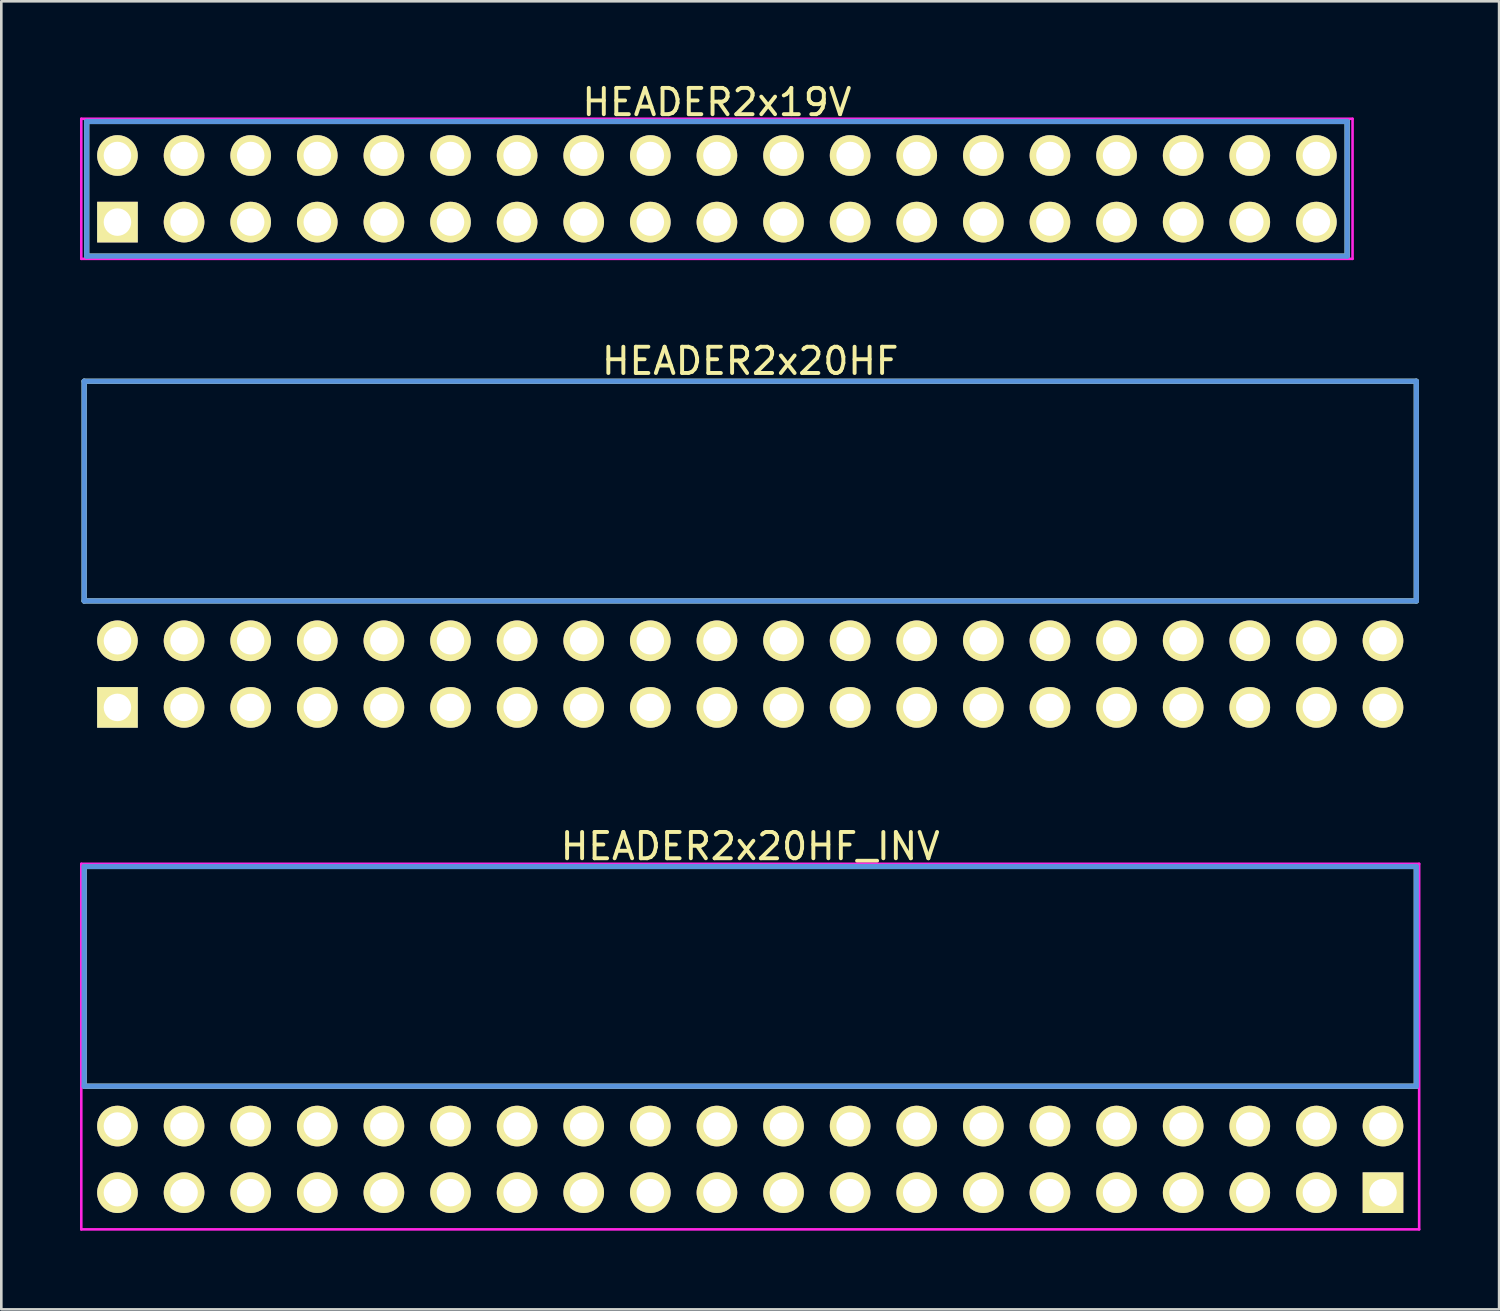
<source format=kicad_pcb>
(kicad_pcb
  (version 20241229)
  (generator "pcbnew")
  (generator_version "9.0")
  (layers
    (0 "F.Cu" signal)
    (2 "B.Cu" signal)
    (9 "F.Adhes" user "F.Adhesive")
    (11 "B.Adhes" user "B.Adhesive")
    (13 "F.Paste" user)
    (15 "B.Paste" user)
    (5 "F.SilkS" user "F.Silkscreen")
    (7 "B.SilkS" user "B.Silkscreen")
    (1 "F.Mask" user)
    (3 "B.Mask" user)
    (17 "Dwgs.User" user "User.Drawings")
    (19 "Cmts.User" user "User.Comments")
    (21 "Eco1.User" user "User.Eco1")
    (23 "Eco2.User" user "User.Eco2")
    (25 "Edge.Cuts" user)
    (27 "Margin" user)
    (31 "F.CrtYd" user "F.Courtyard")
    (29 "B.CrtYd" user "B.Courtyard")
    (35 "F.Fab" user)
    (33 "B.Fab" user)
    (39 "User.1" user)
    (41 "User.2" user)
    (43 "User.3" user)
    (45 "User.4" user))
  (footprint "HEADER2x20HF"
    (layer "F.Cu")
    (at 1.429 23.926)
    (property "Reference" "HEADER2x20HF" (at 24.13 -13.208 0) (layer "F.SilkS") (effects (font (size 1.001 1.001) (thickness 0.15))))
    (attr through_hole)
    (fp_line (start -1.27 -12.438) (end -1.27 -4.059) (stroke (width 0.198) (type solid)) (layer "F.SilkS"))
    (fp_line (start -1.27 -4.059) (end 49.53 -4.059) (stroke (width 0.198) (type solid)) (layer "F.SilkS"))
    (fp_line (start 49.53 -12.438) (end -1.27 -12.438) (stroke (width 0.198) (type solid)) (layer "F.SilkS"))
    (fp_line (start 49.53 -4.059) (end 49.53 -12.438) (stroke (width 0.198) (type solid)) (layer "F.SilkS"))
    (fp_line (start -1.27 -12.438) (end -1.27 -4.059) (stroke (width 0.198) (type solid)) (layer "Cmts.User"))
    (fp_line (start -1.27 -4.059) (end 49.53 -4.059) (stroke (width 0.198) (type solid)) (layer "Cmts.User"))
    (fp_line (start 49.53 -12.438) (end -1.27 -12.438) (stroke (width 0.198) (type solid)) (layer "Cmts.User"))
    (fp_line (start 49.53 -4.059) (end 49.53 -12.438) (stroke (width 0.198) (type solid)) (layer "Cmts.User"))
    (fp_line (start -1.379 -12.54) (end 49.639 -12.54) (stroke (width 0.099) (type solid)) (layer "Eco1.User"))
    (fp_line (start -1.379 1.4) (end -1.379 -12.54) (stroke (width 0.099) (type solid)) (layer "Eco1.User"))
    (fp_line (start 49.639 -12.54) (end 49.639 1.4) (stroke (width 0.099) (type solid)) (layer "Eco1.User"))
    (fp_line (start 49.639 1.4) (end -1.379 1.4) (stroke (width 0.099) (type solid)) (layer "Eco1.User"))
    (pad "1" thru_hole rect (at 0 0) (size 1.549 1.549) (drill 1.049) (layers "*.Cu" "*.Mask" "F.SilkS"))
    (pad "2" thru_hole circle (at 0 -2.54) (size 1.549 1.549) (drill 1.049) (layers "*.Cu" "*.Mask" "F.SilkS"))
    (pad "3" thru_hole circle (at 2.54 0) (size 1.549 1.549) (drill 1.049) (layers "*.Cu" "*.Mask" "F.SilkS"))
    (pad "4" thru_hole circle (at 2.54 -2.54) (size 1.549 1.549) (drill 1.049) (layers "*.Cu" "*.Mask" "F.SilkS"))
    (pad "5" thru_hole circle (at 5.08 0) (size 1.549 1.549) (drill 1.049) (layers "*.Cu" "*.Mask" "F.SilkS"))
    (pad "6" thru_hole circle (at 5.08 -2.54) (size 1.549 1.549) (drill 1.049) (layers "*.Cu" "*.Mask" "F.SilkS"))
    (pad "7" thru_hole circle (at 7.62 0) (size 1.549 1.549) (drill 1.049) (layers "*.Cu" "*.Mask" "F.SilkS"))
    (pad "8" thru_hole circle (at 7.62 -2.54) (size 1.549 1.549) (drill 1.049) (layers "*.Cu" "*.Mask" "F.SilkS"))
    (pad "9" thru_hole circle (at 10.16 0) (size 1.549 1.549) (drill 1.049) (layers "*.Cu" "*.Mask" "F.SilkS"))
    (pad "10" thru_hole circle (at 10.16 -2.54) (size 1.549 1.549) (drill 1.049) (layers "*.Cu" "*.Mask" "F.SilkS"))
    (pad "11" thru_hole circle (at 12.7 0) (size 1.549 1.549) (drill 1.049) (layers "*.Cu" "*.Mask" "F.SilkS"))
    (pad "12" thru_hole circle (at 12.7 -2.54) (size 1.549 1.549) (drill 1.049) (layers "*.Cu" "*.Mask" "F.SilkS"))
    (pad "13" thru_hole circle (at 15.24 0) (size 1.549 1.549) (drill 1.049) (layers "*.Cu" "*.Mask" "F.SilkS"))
    (pad "14" thru_hole circle (at 15.24 -2.54) (size 1.549 1.549) (drill 1.049) (layers "*.Cu" "*.Mask" "F.SilkS"))
    (pad "15" thru_hole circle (at 17.78 0) (size 1.549 1.549) (drill 1.049) (layers "*.Cu" "*.Mask" "F.SilkS"))
    (pad "16" thru_hole circle (at 17.78 -2.54) (size 1.549 1.549) (drill 1.049) (layers "*.Cu" "*.Mask" "F.SilkS"))
    (pad "17" thru_hole circle (at 20.32 0) (size 1.549 1.549) (drill 1.049) (layers "*.Cu" "*.Mask" "F.SilkS"))
    (pad "18" thru_hole circle (at 20.32 -2.54) (size 1.549 1.549) (drill 1.049) (layers "*.Cu" "*.Mask" "F.SilkS"))
    (pad "19" thru_hole circle (at 22.86 0) (size 1.549 1.549) (drill 1.049) (layers "*.Cu" "*.Mask" "F.SilkS"))
    (pad "20" thru_hole circle (at 22.86 -2.54) (size 1.549 1.549) (drill 1.049) (layers "*.Cu" "*.Mask" "F.SilkS"))
    (pad "21" thru_hole circle (at 25.4 0) (size 1.549 1.549) (drill 1.049) (layers "*.Cu" "*.Mask" "F.SilkS"))
    (pad "22" thru_hole circle (at 25.4 -2.54) (size 1.549 1.549) (drill 1.049) (layers "*.Cu" "*.Mask" "F.SilkS"))
    (pad "23" thru_hole circle (at 27.94 0) (size 1.549 1.549) (drill 1.049) (layers "*.Cu" "*.Mask" "F.SilkS"))
    (pad "24" thru_hole circle (at 27.94 -2.54) (size 1.549 1.549) (drill 1.049) (layers "*.Cu" "*.Mask" "F.SilkS"))
    (pad "25" thru_hole circle (at 30.48 0) (size 1.549 1.549) (drill 1.049) (layers "*.Cu" "*.Mask" "F.SilkS"))
    (pad "26" thru_hole circle (at 30.48 -2.54) (size 1.549 1.549) (drill 1.049) (layers "*.Cu" "*.Mask" "F.SilkS"))
    (pad "27" thru_hole circle (at 33.02 0) (size 1.549 1.549) (drill 1.049) (layers "*.Cu" "*.Mask" "F.SilkS"))
    (pad "28" thru_hole circle (at 33.02 -2.54) (size 1.549 1.549) (drill 1.049) (layers "*.Cu" "*.Mask" "F.SilkS"))
    (pad "29" thru_hole circle (at 35.56 0) (size 1.549 1.549) (drill 1.049) (layers "*.Cu" "*.Mask" "F.SilkS"))
    (pad "30" thru_hole circle (at 35.56 -2.54) (size 1.549 1.549) (drill 1.049) (layers "*.Cu" "*.Mask" "F.SilkS"))
    (pad "31" thru_hole circle (at 38.1 0) (size 1.549 1.549) (drill 1.049) (layers "*.Cu" "*.Mask" "F.SilkS"))
    (pad "32" thru_hole circle (at 38.1 -2.54) (size 1.549 1.549) (drill 1.049) (layers "*.Cu" "*.Mask" "F.SilkS"))
    (pad "33" thru_hole circle (at 40.64 0) (size 1.549 1.549) (drill 1.049) (layers "*.Cu" "*.Mask" "F.SilkS"))
    (pad "34" thru_hole circle (at 40.64 -2.54) (size 1.549 1.549) (drill 1.049) (layers "*.Cu" "*.Mask" "F.SilkS"))
    (pad "35" thru_hole circle (at 43.18 0) (size 1.549 1.549) (drill 1.049) (layers "*.Cu" "*.Mask" "F.SilkS"))
    (pad "36" thru_hole circle (at 43.18 -2.54) (size 1.549 1.549) (drill 1.049) (layers "*.Cu" "*.Mask" "F.SilkS"))
    (pad "37" thru_hole circle (at 45.72 0) (size 1.549 1.549) (drill 1.049) (layers "*.Cu" "*.Mask" "F.SilkS"))
    (pad "38" thru_hole circle (at 45.72 -2.54) (size 1.549 1.549) (drill 1.049) (layers "*.Cu" "*.Mask" "F.SilkS"))
    (pad "39" thru_hole circle (at 48.26 0) (size 1.549 1.549) (drill 1.049) (layers "*.Cu" "*.Mask" "F.SilkS"))
    (pad "40" thru_hole circle (at 48.26 -2.54) (size 1.549 1.549) (drill 1.049) (layers "*.Cu" "*.Mask" "F.SilkS")))
  (footprint "HEADER2x19V"
    (layer "F.Cu")
    (at 1.429 5.42)
    (property "Reference" "HEADER2x19V" (at 22.86 -4.572 0) (layer "F.SilkS") (effects (font (size 1.001 1.001) (thickness 0.15))))
    (attr through_hole)
    (fp_line (start -1.173 -3.838) (end -1.173 1.298) (stroke (width 0.198) (type solid)) (layer "F.SilkS"))
    (fp_line (start -1.173 1.298) (end 46.893 1.298) (stroke (width 0.198) (type solid)) (layer "F.SilkS"))
    (fp_line (start 46.893 -3.838) (end -1.173 -3.838) (stroke (width 0.198) (type solid)) (layer "F.SilkS"))
    (fp_line (start 46.893 1.298) (end 46.893 -3.838) (stroke (width 0.198) (type solid)) (layer "F.SilkS"))
    (fp_line (start -1.173 -3.838) (end -1.173 1.298) (stroke (width 0.198) (type solid)) (layer "Cmts.User"))
    (fp_line (start -1.173 1.298) (end 46.893 1.298) (stroke (width 0.198) (type solid)) (layer "Cmts.User"))
    (fp_line (start 46.893 -3.838) (end -1.173 -3.838) (stroke (width 0.198) (type solid)) (layer "Cmts.User"))
    (fp_line (start 46.893 1.298) (end 46.893 -3.838) (stroke (width 0.198) (type solid)) (layer "Cmts.User"))
    (fp_line (start -1.379 -3.94) (end -1.379 1.4) (stroke (width 0.099) (type solid)) (layer "F.CrtYd"))
    (fp_line (start -1.379 1.4) (end 47.099 1.4) (stroke (width 0.099) (type solid)) (layer "F.CrtYd"))
    (fp_line (start 47.099 -3.94) (end -1.379 -3.94) (stroke (width 0.099) (type solid)) (layer "F.CrtYd"))
    (fp_line (start 47.099 1.4) (end 47.099 -3.94) (stroke (width 0.099) (type solid)) (layer "F.CrtYd"))
    (pad "1" thru_hole rect (at 0 0) (size 1.549 1.549) (drill 1.049) (layers "*.Cu" "*.Mask" "F.SilkS"))
    (pad "2" thru_hole circle (at 0 -2.54) (size 1.549 1.549) (drill 1.049) (layers "*.Cu" "*.Mask" "F.SilkS"))
    (pad "3" thru_hole circle (at 2.54 0) (size 1.549 1.549) (drill 1.049) (layers "*.Cu" "*.Mask" "F.SilkS"))
    (pad "4" thru_hole circle (at 2.54 -2.54) (size 1.549 1.549) (drill 1.049) (layers "*.Cu" "*.Mask" "F.SilkS"))
    (pad "5" thru_hole circle (at 5.08 0) (size 1.549 1.549) (drill 1.049) (layers "*.Cu" "*.Mask" "F.SilkS"))
    (pad "6" thru_hole circle (at 5.08 -2.54) (size 1.549 1.549) (drill 1.049) (layers "*.Cu" "*.Mask" "F.SilkS"))
    (pad "7" thru_hole circle (at 7.62 0) (size 1.549 1.549) (drill 1.049) (layers "*.Cu" "*.Mask" "F.SilkS"))
    (pad "8" thru_hole circle (at 7.62 -2.54) (size 1.549 1.549) (drill 1.049) (layers "*.Cu" "*.Mask" "F.SilkS"))
    (pad "9" thru_hole circle (at 10.16 0) (size 1.549 1.549) (drill 1.049) (layers "*.Cu" "*.Mask" "F.SilkS"))
    (pad "10" thru_hole circle (at 10.16 -2.54) (size 1.549 1.549) (drill 1.049) (layers "*.Cu" "*.Mask" "F.SilkS"))
    (pad "11" thru_hole circle (at 12.7 0) (size 1.549 1.549) (drill 1.049) (layers "*.Cu" "*.Mask" "F.SilkS"))
    (pad "12" thru_hole circle (at 12.7 -2.54) (size 1.549 1.549) (drill 1.049) (layers "*.Cu" "*.Mask" "F.SilkS"))
    (pad "13" thru_hole circle (at 15.24 0) (size 1.549 1.549) (drill 1.049) (layers "*.Cu" "*.Mask" "F.SilkS"))
    (pad "14" thru_hole circle (at 15.24 -2.54) (size 1.549 1.549) (drill 1.049) (layers "*.Cu" "*.Mask" "F.SilkS"))
    (pad "15" thru_hole circle (at 17.78 0) (size 1.549 1.549) (drill 1.049) (layers "*.Cu" "*.Mask" "F.SilkS"))
    (pad "16" thru_hole circle (at 17.78 -2.54) (size 1.549 1.549) (drill 1.049) (layers "*.Cu" "*.Mask" "F.SilkS"))
    (pad "17" thru_hole circle (at 20.32 0) (size 1.549 1.549) (drill 1.049) (layers "*.Cu" "*.Mask" "F.SilkS"))
    (pad "18" thru_hole circle (at 20.32 -2.54) (size 1.549 1.549) (drill 1.049) (layers "*.Cu" "*.Mask" "F.SilkS"))
    (pad "19" thru_hole circle (at 22.86 0) (size 1.549 1.549) (drill 1.049) (layers "*.Cu" "*.Mask" "F.SilkS"))
    (pad "20" thru_hole circle (at 22.86 -2.54) (size 1.549 1.549) (drill 1.049) (layers "*.Cu" "*.Mask" "F.SilkS"))
    (pad "21" thru_hole circle (at 25.4 0) (size 1.549 1.549) (drill 1.049) (layers "*.Cu" "*.Mask" "F.SilkS"))
    (pad "22" thru_hole circle (at 25.4 -2.54) (size 1.549 1.549) (drill 1.049) (layers "*.Cu" "*.Mask" "F.SilkS"))
    (pad "23" thru_hole circle (at 27.94 0) (size 1.549 1.549) (drill 1.049) (layers "*.Cu" "*.Mask" "F.SilkS"))
    (pad "24" thru_hole circle (at 27.94 -2.54) (size 1.549 1.549) (drill 1.049) (layers "*.Cu" "*.Mask" "F.SilkS"))
    (pad "25" thru_hole circle (at 30.48 0) (size 1.549 1.549) (drill 1.049) (layers "*.Cu" "*.Mask" "F.SilkS"))
    (pad "26" thru_hole circle (at 30.48 -2.54) (size 1.549 1.549) (drill 1.049) (layers "*.Cu" "*.Mask" "F.SilkS"))
    (pad "27" thru_hole circle (at 33.02 0) (size 1.549 1.549) (drill 1.049) (layers "*.Cu" "*.Mask" "F.SilkS"))
    (pad "28" thru_hole circle (at 33.02 -2.54) (size 1.549 1.549) (drill 1.049) (layers "*.Cu" "*.Mask" "F.SilkS"))
    (pad "29" thru_hole circle (at 35.56 0) (size 1.549 1.549) (drill 1.049) (layers "*.Cu" "*.Mask" "F.SilkS"))
    (pad "30" thru_hole circle (at 35.56 -2.54) (size 1.549 1.549) (drill 1.049) (layers "*.Cu" "*.Mask" "F.SilkS"))
    (pad "31" thru_hole circle (at 38.1 0) (size 1.549 1.549) (drill 1.049) (layers "*.Cu" "*.Mask" "F.SilkS"))
    (pad "32" thru_hole circle (at 38.1 -2.54) (size 1.549 1.549) (drill 1.049) (layers "*.Cu" "*.Mask" "F.SilkS"))
    (pad "33" thru_hole circle (at 40.64 0) (size 1.549 1.549) (drill 1.049) (layers "*.Cu" "*.Mask" "F.SilkS"))
    (pad "34" thru_hole circle (at 40.64 -2.54) (size 1.549 1.549) (drill 1.049) (layers "*.Cu" "*.Mask" "F.SilkS"))
    (pad "35" thru_hole circle (at 43.18 0) (size 1.549 1.549) (drill 1.049) (layers "*.Cu" "*.Mask" "F.SilkS"))
    (pad "36" thru_hole circle (at 43.18 -2.54) (size 1.549 1.549) (drill 1.049) (layers "*.Cu" "*.Mask" "F.SilkS"))
    (pad "37" thru_hole circle (at 45.72 0) (size 1.549 1.549) (drill 1.049) (layers "*.Cu" "*.Mask" "F.SilkS"))
    (pad "38" thru_hole circle (at 45.72 -2.54) (size 1.549 1.549) (drill 1.049) (layers "*.Cu" "*.Mask" "F.SilkS")))
  (footprint "HEADER2x20HF_INV"
    (layer "F.Cu")
    (at 1.429 42.431)
    (property "Reference" "HEADER2x20HF_INV" (at 24.13 -13.208 0) (layer "F.SilkS") (effects (font (size 1.001 1.001) (thickness 0.15))))
    (attr through_hole)
    (fp_line (start -1.27 -12.438) (end -1.27 -4.059) (stroke (width 0.198) (type solid)) (layer "F.SilkS"))
    (fp_line (start -1.27 -4.059) (end 49.53 -4.059) (stroke (width 0.198) (type solid)) (layer "F.SilkS"))
    (fp_line (start 49.53 -12.438) (end -1.27 -12.438) (stroke (width 0.198) (type solid)) (layer "F.SilkS"))
    (fp_line (start 49.53 -4.059) (end 49.53 -12.438) (stroke (width 0.198) (type solid)) (layer "F.SilkS"))
    (fp_line (start -1.27 -12.438) (end -1.27 -4.059) (stroke (width 0.198) (type solid)) (layer "Cmts.User"))
    (fp_line (start -1.27 -4.059) (end 49.53 -4.059) (stroke (width 0.198) (type solid)) (layer "Cmts.User"))
    (fp_line (start 49.53 -12.438) (end -1.27 -12.438) (stroke (width 0.198) (type solid)) (layer "Cmts.User"))
    (fp_line (start 49.53 -4.059) (end 49.53 -12.438) (stroke (width 0.198) (type solid)) (layer "Cmts.User"))
    (fp_line (start -1.379 -12.54) (end 49.639 -12.54) (stroke (width 0.099) (type solid)) (layer "F.CrtYd"))
    (fp_line (start -1.379 1.4) (end -1.379 -12.54) (stroke (width 0.099) (type solid)) (layer "F.CrtYd"))
    (fp_line (start 49.639 -12.54) (end 49.639 1.4) (stroke (width 0.099) (type solid)) (layer "F.CrtYd"))
    (fp_line (start 49.639 1.4) (end -1.379 1.4) (stroke (width 0.099) (type solid)) (layer "F.CrtYd"))
    (pad "1" thru_hole rect (at 48.26 0) (size 1.549 1.549) (drill 1.049) (layers "*.Cu" "*.Mask" "F.SilkS"))
    (pad "2" thru_hole circle (at 48.26 -2.54) (size 1.549 1.549) (drill 1.049) (layers "*.Cu" "*.Mask" "F.SilkS"))
    (pad "3" thru_hole circle (at 45.72 0) (size 1.549 1.549) (drill 1.049) (layers "*.Cu" "*.Mask" "F.SilkS"))
    (pad "4" thru_hole circle (at 45.72 -2.54) (size 1.549 1.549) (drill 1.049) (layers "*.Cu" "*.Mask" "F.SilkS"))
    (pad "5" thru_hole circle (at 43.18 0) (size 1.549 1.549) (drill 1.049) (layers "*.Cu" "*.Mask" "F.SilkS"))
    (pad "6" thru_hole circle (at 43.18 -2.54) (size 1.549 1.549) (drill 1.049) (layers "*.Cu" "*.Mask" "F.SilkS"))
    (pad "7" thru_hole circle (at 40.64 0) (size 1.549 1.549) (drill 1.049) (layers "*.Cu" "*.Mask" "F.SilkS"))
    (pad "8" thru_hole circle (at 40.64 -2.54) (size 1.549 1.549) (drill 1.049) (layers "*.Cu" "*.Mask" "F.SilkS"))
    (pad "9" thru_hole circle (at 38.1 0) (size 1.549 1.549) (drill 1.049) (layers "*.Cu" "*.Mask" "F.SilkS"))
    (pad "10" thru_hole circle (at 38.1 -2.54) (size 1.549 1.549) (drill 1.049) (layers "*.Cu" "*.Mask" "F.SilkS"))
    (pad "11" thru_hole circle (at 35.56 0) (size 1.549 1.549) (drill 1.049) (layers "*.Cu" "*.Mask" "F.SilkS"))
    (pad "12" thru_hole circle (at 35.56 -2.54) (size 1.549 1.549) (drill 1.049) (layers "*.Cu" "*.Mask" "F.SilkS"))
    (pad "13" thru_hole circle (at 33.02 0) (size 1.549 1.549) (drill 1.049) (layers "*.Cu" "*.Mask" "F.SilkS"))
    (pad "14" thru_hole circle (at 33.02 -2.54) (size 1.549 1.549) (drill 1.049) (layers "*.Cu" "*.Mask" "F.SilkS"))
    (pad "15" thru_hole circle (at 30.48 0) (size 1.549 1.549) (drill 1.049) (layers "*.Cu" "*.Mask" "F.SilkS"))
    (pad "16" thru_hole circle (at 30.48 -2.54) (size 1.549 1.549) (drill 1.049) (layers "*.Cu" "*.Mask" "F.SilkS"))
    (pad "17" thru_hole circle (at 27.94 0) (size 1.549 1.549) (drill 1.049) (layers "*.Cu" "*.Mask" "F.SilkS"))
    (pad "18" thru_hole circle (at 27.94 -2.54) (size 1.549 1.549) (drill 1.049) (layers "*.Cu" "*.Mask" "F.SilkS"))
    (pad "19" thru_hole circle (at 25.4 0) (size 1.549 1.549) (drill 1.049) (layers "*.Cu" "*.Mask" "F.SilkS"))
    (pad "20" thru_hole circle (at 25.4 -2.54) (size 1.549 1.549) (drill 1.049) (layers "*.Cu" "*.Mask" "F.SilkS"))
    (pad "21" thru_hole circle (at 22.86 0) (size 1.549 1.549) (drill 1.049) (layers "*.Cu" "*.Mask" "F.SilkS"))
    (pad "22" thru_hole circle (at 22.86 -2.54) (size 1.549 1.549) (drill 1.049) (layers "*.Cu" "*.Mask" "F.SilkS"))
    (pad "23" thru_hole circle (at 20.32 0) (size 1.549 1.549) (drill 1.049) (layers "*.Cu" "*.Mask" "F.SilkS"))
    (pad "24" thru_hole circle (at 20.32 -2.54) (size 1.549 1.549) (drill 1.049) (layers "*.Cu" "*.Mask" "F.SilkS"))
    (pad "25" thru_hole circle (at 17.78 0) (size 1.549 1.549) (drill 1.049) (layers "*.Cu" "*.Mask" "F.SilkS"))
    (pad "26" thru_hole circle (at 17.78 -2.54) (size 1.549 1.549) (drill 1.049) (layers "*.Cu" "*.Mask" "F.SilkS"))
    (pad "27" thru_hole circle (at 15.24 0) (size 1.549 1.549) (drill 1.049) (layers "*.Cu" "*.Mask" "F.SilkS"))
    (pad "28" thru_hole circle (at 15.24 -2.54) (size 1.549 1.549) (drill 1.049) (layers "*.Cu" "*.Mask" "F.SilkS"))
    (pad "29" thru_hole circle (at 12.7 0) (size 1.549 1.549) (drill 1.049) (layers "*.Cu" "*.Mask" "F.SilkS"))
    (pad "30" thru_hole circle (at 12.7 -2.54) (size 1.549 1.549) (drill 1.049) (layers "*.Cu" "*.Mask" "F.SilkS"))
    (pad "31" thru_hole circle (at 10.16 0) (size 1.549 1.549) (drill 1.049) (layers "*.Cu" "*.Mask" "F.SilkS"))
    (pad "32" thru_hole circle (at 10.16 -2.54) (size 1.549 1.549) (drill 1.049) (layers "*.Cu" "*.Mask" "F.SilkS"))
    (pad "33" thru_hole circle (at 7.62 0) (size 1.549 1.549) (drill 1.049) (layers "*.Cu" "*.Mask" "F.SilkS"))
    (pad "34" thru_hole circle (at 7.62 -2.54) (size 1.549 1.549) (drill 1.049) (layers "*.Cu" "*.Mask" "F.SilkS"))
    (pad "35" thru_hole circle (at 5.08 0) (size 1.549 1.549) (drill 1.049) (layers "*.Cu" "*.Mask" "F.SilkS"))
    (pad "36" thru_hole circle (at 5.08 -2.54) (size 1.549 1.549) (drill 1.049) (layers "*.Cu" "*.Mask" "F.SilkS"))
    (pad "37" thru_hole circle (at 2.54 0) (size 1.549 1.549) (drill 1.049) (layers "*.Cu" "*.Mask" "F.SilkS"))
    (pad "38" thru_hole circle (at 2.54 -2.54) (size 1.549 1.549) (drill 1.049) (layers "*.Cu" "*.Mask" "F.SilkS"))
    (pad "39" thru_hole circle (at 0 0) (size 1.549 1.549) (drill 1.049) (layers "*.Cu" "*.Mask" "F.SilkS"))
    (pad "40" thru_hole circle (at 0 -2.54) (size 1.549 1.549) (drill 1.049) (layers "*.Cu" "*.Mask" "F.SilkS")))
  (gr_rect
    (start -3 -3)
    (end 54.117 46.881)
    (stroke (width 0.1) (type default))
    (fill no)
    (layer "Edge.Cuts")))
</source>
